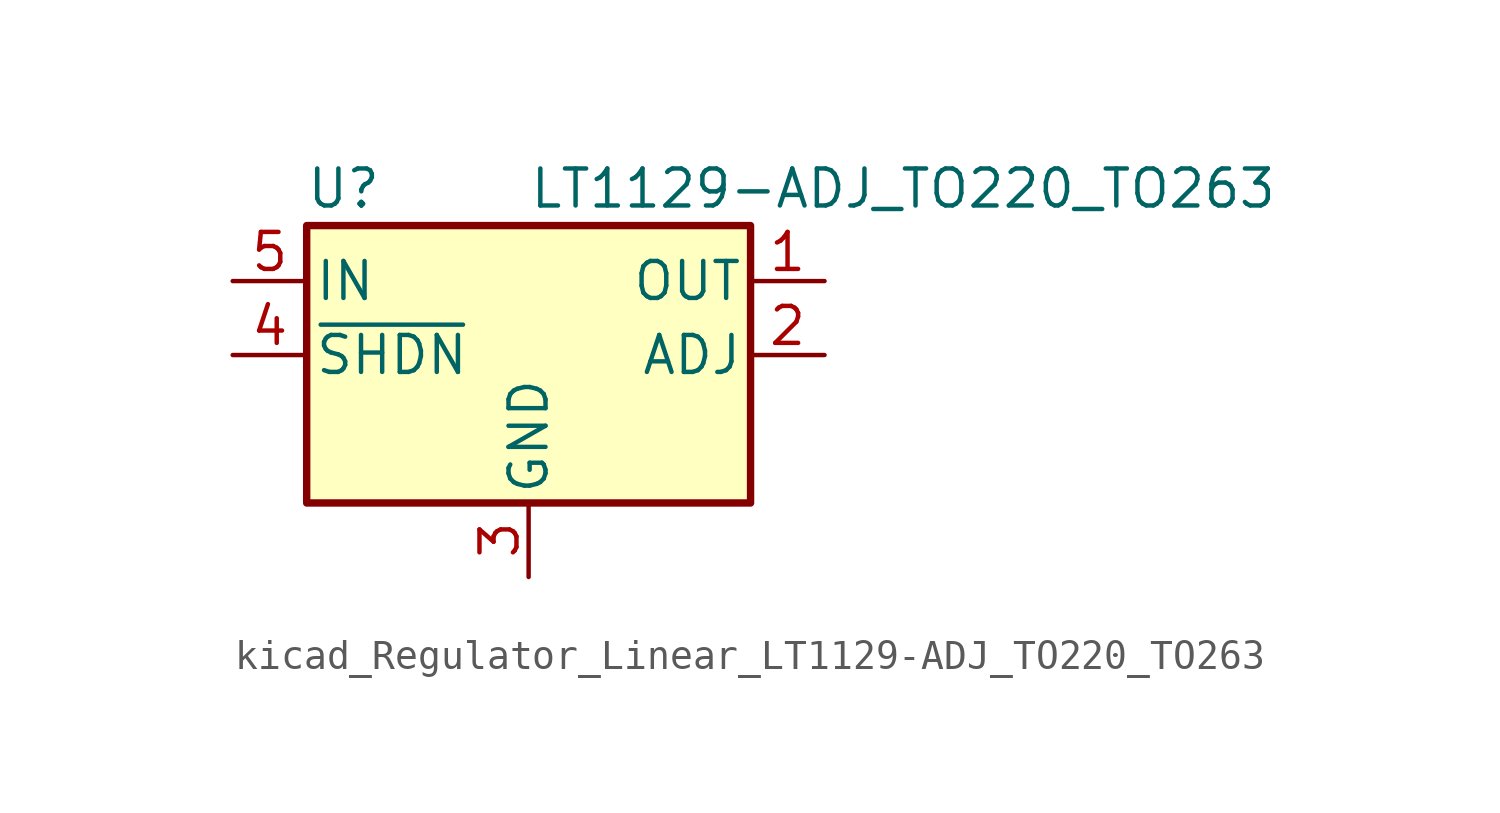
<source format=kicad_sym>
(kicad_symbol_lib
  (version 20220914)
  (generator kicad_symbol_editor)
  (symbol "kicad_Regulator_Linear_LT1129-ADJ_TO220_TO263"
    (pin_names
      (offset 0.254))
    (property "Reference" "U"
      (at -6.35 5.715 0)
      (effects (font (size 1.27 1.27))))
    (property "Value" "LT1129-ADJ_TO220_TO263"
      (at 0 5.715 0)
      (effects (font (size 1.27 1.27)) (justify left)))
    (symbol "kicad_Regulator_Linear_LT1129-ADJ_TO220_TO263_0_1"
      (rectangle (start -7.62 -5.08) (end 7.62 4.445) (stroke (width 0.254) (type default)) (fill (type background))))
    (symbol "kicad_Regulator_Linear_LT1129-ADJ_TO220_TO263_1_1"
      (pin power_out line (at 10.16 2.54 180) (length 2.54) (name "OUT" (effects (font (size 1.27 1.27)))) (number "1" (effects (font (size 1.27 1.27)))))
      (pin input line (at 10.16 0 180) (length 2.54) (name "ADJ" (effects (font (size 1.27 1.27)))) (number "2" (effects (font (size 1.27 1.27)))))
      (pin power_in line (at 0 -7.62 90) (length 2.54) (name "GND" (effects (font (size 1.27 1.27)))) (number "3" (effects (font (size 1.27 1.27)))))
      (pin input line (at -10.16 0 0) (length 2.54) (name "~{SHDN}" (effects (font (size 1.27 1.27)))) (number "4" (effects (font (size 1.27 1.27)))))
      (pin power_in line (at -10.16 2.54 0) (length 2.54) (name "IN" (effects (font (size 1.27 1.27)))) (number "5" (effects (font (size 1.27 1.27))))))))
</source>
